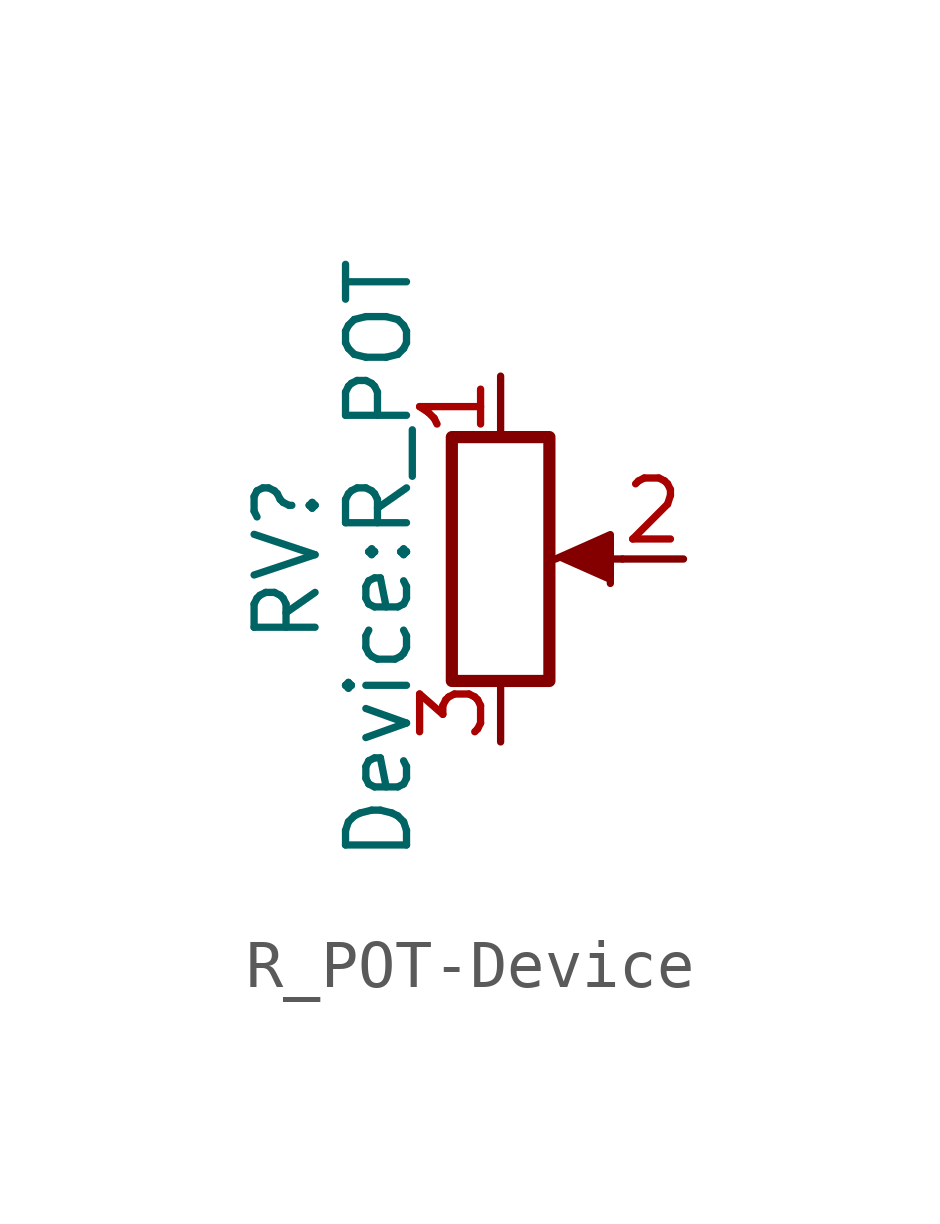
<source format=kicad_sym>
(kicad_symbol_lib
  (version 20231120)
  (generator "kicad_symbol_editor")
  (generator_version "8.0")
  (symbol "R_POT-Device"
    (pin_names
      (offset 1.016) hide)
    (property "Reference" "RV"
      (at -4.445 0 90)
      (effects (font (size 1.27 1.27))))
    (property "Value" "Device:R_POT"
      (at -2.54 0 90)
      (effects (font (size 1.27 1.27))))
    (symbol "R_POT-Device_0_1"
      (polyline (pts (xy 2.54 0) (xy 1.524 0)) (stroke (width 0) (type solid)) (fill (type none)))
      (polyline (pts (xy 1.143 0) (xy 2.286 0.508) (xy 2.286 -0.508)) (stroke (width 0) (type solid)) (fill (type outline)))
      (rectangle (start 1.016 2.54) (end -1.016 -2.54) (stroke (width 0.254) (type solid)) (fill (type none))))
    (symbol "R_POT-Device_1_1"
      (pin passive line (at 0 3.81 270) (length 1.27) (name "1" (effects (font (size 1.27 1.27)))) (number "1" (effects (font (size 1.27 1.27)))))
      (pin passive line (at 3.81 0 180) (length 1.27) (name "2" (effects (font (size 1.27 1.27)))) (number "2" (effects (font (size 1.27 1.27)))))
      (pin passive line (at 0 -3.81 90) (length 1.27) (name "3" (effects (font (size 1.27 1.27)))) (number "3" (effects (font (size 1.27 1.27))))))))
</source>
